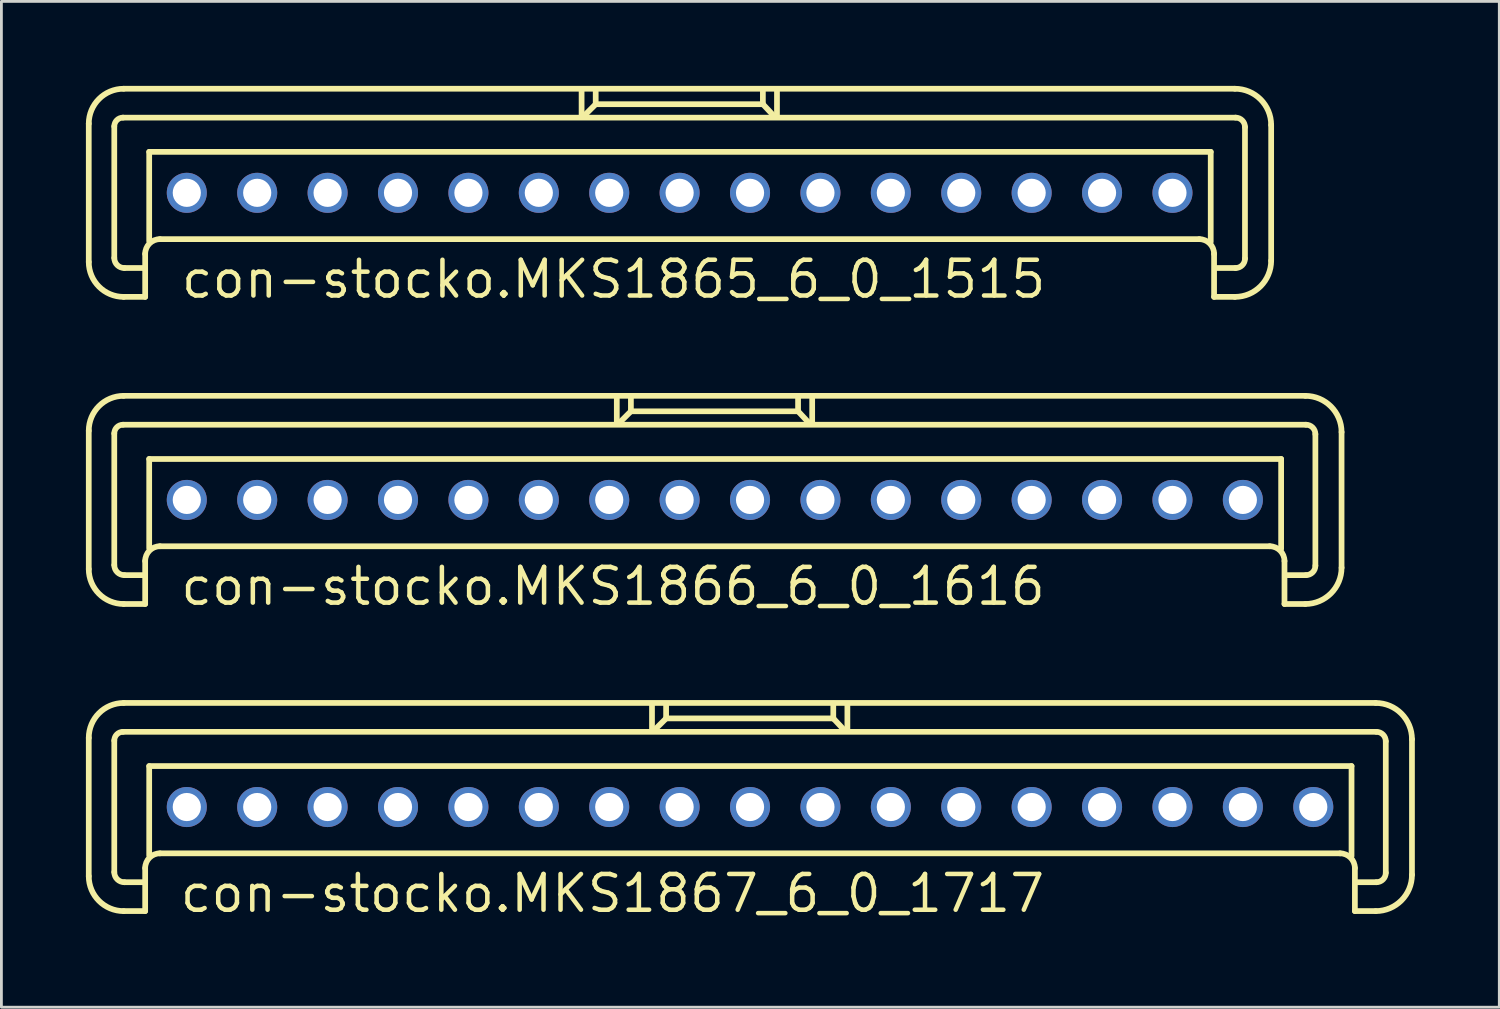
<source format=kicad_pcb>
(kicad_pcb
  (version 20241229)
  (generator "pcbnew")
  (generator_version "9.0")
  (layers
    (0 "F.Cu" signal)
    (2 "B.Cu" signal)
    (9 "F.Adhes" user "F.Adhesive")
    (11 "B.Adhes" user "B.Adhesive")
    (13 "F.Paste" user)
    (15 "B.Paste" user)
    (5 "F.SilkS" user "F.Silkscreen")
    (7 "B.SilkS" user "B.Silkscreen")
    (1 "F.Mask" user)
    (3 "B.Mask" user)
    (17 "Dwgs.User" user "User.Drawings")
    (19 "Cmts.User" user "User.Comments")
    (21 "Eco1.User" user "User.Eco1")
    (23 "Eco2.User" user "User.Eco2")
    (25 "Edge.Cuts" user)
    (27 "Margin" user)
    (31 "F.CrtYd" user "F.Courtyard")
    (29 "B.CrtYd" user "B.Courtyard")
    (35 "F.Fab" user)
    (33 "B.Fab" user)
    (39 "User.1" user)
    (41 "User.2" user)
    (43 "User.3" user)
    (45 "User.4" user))
  (footprint "con-stocko.MKS1865_6_0_1515"
    (layer "F.Cu")
    (at 21.083 3.797)
    (property "Reference" "con-stocko.MKS1865_6_0_1515" (at -17.78 3.81 0) (layer "F.SilkS") (effects (font (size 1.27 1.27) (thickness 0.16)) (justify left bottom)))
    (attr through_hole)
    (fp_line (start -20.981 2.456) (end -20.981 -2.456) (stroke (width 0.203) (type default)) (layer "F.SilkS"))
    (fp_line (start -20.075 2.313) (end -20.075 -2.361) (stroke (width 0.203) (type default)) (layer "F.SilkS"))
    (fp_line (start -19.765 -2.67) (end 19.741 -2.67) (stroke (width 0.203) (type default)) (layer "F.SilkS"))
    (fp_line (start -19.741 -3.696) (end 19.717 -3.696) (stroke (width 0.203) (type default)) (layer "F.SilkS"))
    (fp_line (start -19.002 2.67) (end -19.717 2.67) (stroke (width 0.203) (type default)) (layer "F.SilkS"))
    (fp_line (start -18.978 2.17) (end -18.978 3.695) (stroke (width 0.203) (type default)) (layer "F.SilkS"))
    (fp_line (start -18.978 3.695) (end -19.741 3.695) (stroke (width 0.203) (type default)) (layer "F.SilkS"))
    (fp_line (start -18.835 -1.454) (end 18.859 -1.454) (stroke (width 0.203) (type default)) (layer "F.SilkS"))
    (fp_line (start -18.835 1.716) (end -18.835 -1.454) (stroke (width 0.203) (type default)) (layer "F.SilkS"))
    (fp_line (start -3.481 -3.648) (end -3.481 -2.742) (stroke (width 0.203) (type default)) (layer "F.SilkS"))
    (fp_line (start -3.004 -3.123) (end -3.386 -2.742) (stroke (width 0.203) (type default)) (layer "F.SilkS"))
    (fp_line (start -2.98 -3.147) (end -2.98 -3.624) (stroke (width 0.203) (type default)) (layer "F.SilkS"))
    (fp_line (start 2.956 -3.672) (end 2.956 -3.147) (stroke (width 0.203) (type default)) (layer "F.SilkS"))
    (fp_line (start 2.956 -3.147) (end -2.98 -3.147) (stroke (width 0.203) (type default)) (layer "F.SilkS"))
    (fp_line (start 2.98 -3.123) (end 3.314 -2.766) (stroke (width 0.203) (type default)) (layer "F.SilkS"))
    (fp_line (start 3.457 -3.624) (end 3.457 -2.742) (stroke (width 0.203) (type default)) (layer "F.SilkS"))
    (fp_line (start 18.454 1.645) (end -18.454 1.645) (stroke (width 0.203) (type default)) (layer "F.SilkS"))
    (fp_line (start 18.859 -1.454) (end 18.859 1.74) (stroke (width 0.203) (type default)) (layer "F.SilkS"))
    (fp_line (start 18.978 3.695) (end 18.978 2.17) (stroke (width 0.203) (type default)) (layer "F.SilkS"))
    (fp_line (start 19.717 3.695) (end 18.978 3.695) (stroke (width 0.203) (type default)) (layer "F.SilkS"))
    (fp_line (start 19.741 2.67) (end 19.073 2.67) (stroke (width 0.203) (type default)) (layer "F.SilkS"))
    (fp_line (start 20.075 -2.337) (end 20.075 2.336) (stroke (width 0.203) (type default)) (layer "F.SilkS"))
    (fp_line (start 21.005 -2.408) (end 21.005 2.408) (stroke (width 0.203) (type default)) (layer "F.SilkS"))
    (fp_arc (start -20.981 -2.4558) (mid -20.617871 -3.332471) (end -19.7412 -3.6956) (stroke (width 0.2032) (type default)) (layer "F.SilkS"))
    (fp_arc (start -20.075 -2.3605) (mid -19.984232 -2.579632) (end -19.7651 -2.6704) (stroke (width 0.2032) (type default)) (layer "F.SilkS"))
    (fp_arc (start -19.7412 3.6954) (mid -20.617871 3.332271) (end -20.981 2.4556) (stroke (width 0.2032) (type default)) (layer "F.SilkS"))
    (fp_arc (start -19.7174 2.6702) (mid -19.970261 2.565461) (end -20.075 2.3126) (stroke (width 0.2032) (type default)) (layer "F.SilkS"))
    (fp_arc (start -18.9783 2.1695) (mid -18.824678 1.798622) (end -18.4538 1.645) (stroke (width 0.2032) (type default)) (layer "F.SilkS"))
    (fp_arc (start 18.4536 1.645) (mid 18.824478 1.798622) (end 18.9781 2.1695) (stroke (width 0.2032) (type default)) (layer "F.SilkS"))
    (fp_arc (start 19.7172 -3.6956) (mid 20.6276 -3.3185) (end 21.0047 -2.4081) (stroke (width 0.2032) (type default)) (layer "F.SilkS"))
    (fp_arc (start 19.7411 -2.6704) (mid 19.977132 -2.572632) (end 20.0749 -2.3366) (stroke (width 0.2032) (type default)) (layer "F.SilkS"))
    (fp_arc (start 20.0749 2.3364) (mid 19.977132 2.572432) (end 19.7411 2.6702) (stroke (width 0.2032) (type default)) (layer "F.SilkS"))
    (fp_arc (start 21.0047 2.4079) (mid 20.6276 3.3183) (end 19.7172 3.6954) (stroke (width 0.2032) (type default)) (layer "F.SilkS"))
    (pad "1" thru_hole circle (at -17.5 0) (size 1.422 1.422) (drill 1) (layers "*.Cu" "*.Mask"))
    (pad "2" thru_hole circle (at -15 0) (size 1.422 1.422) (drill 1) (layers "*.Cu" "*.Mask"))
    (pad "3" thru_hole circle (at -12.5 0) (size 1.422 1.422) (drill 1) (layers "*.Cu" "*.Mask"))
    (pad "4" thru_hole circle (at -10 0) (size 1.422 1.422) (drill 1) (layers "*.Cu" "*.Mask"))
    (pad "5" thru_hole circle (at -7.5 0) (size 1.422 1.422) (drill 1) (layers "*.Cu" "*.Mask"))
    (pad "6" thru_hole circle (at -5 0) (size 1.422 1.422) (drill 1) (layers "*.Cu" "*.Mask"))
    (pad "7" thru_hole circle (at -2.5 0) (size 1.422 1.422) (drill 1) (layers "*.Cu" "*.Mask"))
    (pad "8" thru_hole circle (at 0 0) (size 1.422 1.422) (drill 1) (layers "*.Cu" "*.Mask"))
    (pad "9" thru_hole circle (at 2.5 0) (size 1.422 1.422) (drill 1) (layers "*.Cu" "*.Mask"))
    (pad "10" thru_hole circle (at 5 0) (size 1.422 1.422) (drill 1) (layers "*.Cu" "*.Mask"))
    (pad "11" thru_hole circle (at 7.5 0) (size 1.422 1.422) (drill 1) (layers "*.Cu" "*.Mask"))
    (pad "12" thru_hole circle (at 10 0) (size 1.422 1.422) (drill 1) (layers "*.Cu" "*.Mask"))
    (pad "13" thru_hole circle (at 12.5 0) (size 1.422 1.422) (drill 1) (layers "*.Cu" "*.Mask"))
    (pad "14" thru_hole circle (at 15 0) (size 1.422 1.422) (drill 1) (layers "*.Cu" "*.Mask"))
    (pad "15" thru_hole circle (at 17.5 0) (size 1.422 1.422) (drill 1) (layers "*.Cu" "*.Mask")))
  (footprint "con-stocko.MKS1867_6_0_1717"
    (layer "F.Cu")
    (at 23.583 25.607)
    (property "Reference" "con-stocko.MKS1867_6_0_1717" (at -20.32 3.81 0) (layer "F.SilkS") (effects (font (size 1.27 1.27) (thickness 0.16)) (justify left bottom)))
    (attr through_hole)
    (fp_line (start -23.481 2.456) (end -23.481 -2.456) (stroke (width 0.203) (type default)) (layer "F.SilkS"))
    (fp_line (start -22.575 2.313) (end -22.575 -2.361) (stroke (width 0.203) (type default)) (layer "F.SilkS"))
    (fp_line (start -22.265 -2.67) (end 22.241 -2.67) (stroke (width 0.203) (type default)) (layer "F.SilkS"))
    (fp_line (start -22.241 -3.696) (end 22.217 -3.696) (stroke (width 0.203) (type default)) (layer "F.SilkS"))
    (fp_line (start -21.502 2.67) (end -22.217 2.67) (stroke (width 0.203) (type default)) (layer "F.SilkS"))
    (fp_line (start -21.478 2.17) (end -21.478 3.695) (stroke (width 0.203) (type default)) (layer "F.SilkS"))
    (fp_line (start -21.478 3.695) (end -22.241 3.695) (stroke (width 0.203) (type default)) (layer "F.SilkS"))
    (fp_line (start -21.335 -1.454) (end 21.359 -1.454) (stroke (width 0.203) (type default)) (layer "F.SilkS"))
    (fp_line (start -21.335 1.716) (end -21.335 -1.454) (stroke (width 0.203) (type default)) (layer "F.SilkS"))
    (fp_line (start -3.481 -3.648) (end -3.481 -2.742) (stroke (width 0.203) (type default)) (layer "F.SilkS"))
    (fp_line (start -3.004 -3.123) (end -3.386 -2.742) (stroke (width 0.203) (type default)) (layer "F.SilkS"))
    (fp_line (start -2.98 -3.147) (end -2.98 -3.624) (stroke (width 0.203) (type default)) (layer "F.SilkS"))
    (fp_line (start 2.956 -3.672) (end 2.956 -3.147) (stroke (width 0.203) (type default)) (layer "F.SilkS"))
    (fp_line (start 2.956 -3.147) (end -2.98 -3.147) (stroke (width 0.203) (type default)) (layer "F.SilkS"))
    (fp_line (start 2.98 -3.123) (end 3.314 -2.766) (stroke (width 0.203) (type default)) (layer "F.SilkS"))
    (fp_line (start 3.457 -3.624) (end 3.457 -2.742) (stroke (width 0.203) (type default)) (layer "F.SilkS"))
    (fp_line (start 20.954 1.645) (end -20.954 1.645) (stroke (width 0.203) (type default)) (layer "F.SilkS"))
    (fp_line (start 21.359 -1.454) (end 21.359 1.74) (stroke (width 0.203) (type default)) (layer "F.SilkS"))
    (fp_line (start 21.478 3.695) (end 21.478 2.17) (stroke (width 0.203) (type default)) (layer "F.SilkS"))
    (fp_line (start 22.217 3.695) (end 21.478 3.695) (stroke (width 0.203) (type default)) (layer "F.SilkS"))
    (fp_line (start 22.241 2.67) (end 21.573 2.67) (stroke (width 0.203) (type default)) (layer "F.SilkS"))
    (fp_line (start 22.575 -2.337) (end 22.575 2.336) (stroke (width 0.203) (type default)) (layer "F.SilkS"))
    (fp_line (start 23.505 -2.408) (end 23.505 2.408) (stroke (width 0.203) (type default)) (layer "F.SilkS"))
    (fp_arc (start -23.481 -2.4558) (mid -23.117871 -3.332471) (end -22.2412 -3.6956) (stroke (width 0.2032) (type default)) (layer "F.SilkS"))
    (fp_arc (start -22.575 -2.3605) (mid -22.484232 -2.579632) (end -22.2651 -2.6704) (stroke (width 0.2032) (type default)) (layer "F.SilkS"))
    (fp_arc (start -22.2412 3.6954) (mid -23.117871 3.332271) (end -23.481 2.4556) (stroke (width 0.2032) (type default)) (layer "F.SilkS"))
    (fp_arc (start -22.2174 2.6702) (mid -22.470261 2.565461) (end -22.575 2.3126) (stroke (width 0.2032) (type default)) (layer "F.SilkS"))
    (fp_arc (start -21.4783 2.1695) (mid -21.324678 1.798622) (end -20.9538 1.645) (stroke (width 0.2032) (type default)) (layer "F.SilkS"))
    (fp_arc (start 20.9536 1.645) (mid 21.324478 1.798622) (end 21.4781 2.1695) (stroke (width 0.2032) (type default)) (layer "F.SilkS"))
    (fp_arc (start 22.2172 -3.6956) (mid 23.1276 -3.3185) (end 23.5047 -2.4081) (stroke (width 0.2032) (type default)) (layer "F.SilkS"))
    (fp_arc (start 22.2411 -2.6704) (mid 22.477132 -2.572632) (end 22.5749 -2.3366) (stroke (width 0.2032) (type default)) (layer "F.SilkS"))
    (fp_arc (start 22.5749 2.3364) (mid 22.477132 2.572432) (end 22.2411 2.6702) (stroke (width 0.2032) (type default)) (layer "F.SilkS"))
    (fp_arc (start 23.5047 2.4079) (mid 23.1276 3.3183) (end 22.2172 3.6954) (stroke (width 0.2032) (type default)) (layer "F.SilkS"))
    (pad "1" thru_hole circle (at -20 0) (size 1.422 1.422) (drill 1) (layers "*.Cu" "*.Mask"))
    (pad "2" thru_hole circle (at -17.5 0) (size 1.422 1.422) (drill 1) (layers "*.Cu" "*.Mask"))
    (pad "3" thru_hole circle (at -15 0) (size 1.422 1.422) (drill 1) (layers "*.Cu" "*.Mask"))
    (pad "4" thru_hole circle (at -12.5 0) (size 1.422 1.422) (drill 1) (layers "*.Cu" "*.Mask"))
    (pad "5" thru_hole circle (at -10 0) (size 1.422 1.422) (drill 1) (layers "*.Cu" "*.Mask"))
    (pad "6" thru_hole circle (at -7.5 0) (size 1.422 1.422) (drill 1) (layers "*.Cu" "*.Mask"))
    (pad "7" thru_hole circle (at -5 0) (size 1.422 1.422) (drill 1) (layers "*.Cu" "*.Mask"))
    (pad "8" thru_hole circle (at -2.5 0) (size 1.422 1.422) (drill 1) (layers "*.Cu" "*.Mask"))
    (pad "9" thru_hole circle (at 0 0) (size 1.422 1.422) (drill 1) (layers "*.Cu" "*.Mask"))
    (pad "10" thru_hole circle (at 2.5 0) (size 1.422 1.422) (drill 1) (layers "*.Cu" "*.Mask"))
    (pad "11" thru_hole circle (at 5 0) (size 1.422 1.422) (drill 1) (layers "*.Cu" "*.Mask"))
    (pad "12" thru_hole circle (at 7.5 0) (size 1.422 1.422) (drill 1) (layers "*.Cu" "*.Mask"))
    (pad "13" thru_hole circle (at 10 0) (size 1.422 1.422) (drill 1) (layers "*.Cu" "*.Mask"))
    (pad "14" thru_hole circle (at 12.5 0) (size 1.422 1.422) (drill 1) (layers "*.Cu" "*.Mask"))
    (pad "15" thru_hole circle (at 15 0) (size 1.422 1.422) (drill 1) (layers "*.Cu" "*.Mask"))
    (pad "16" thru_hole circle (at 17.5 0) (size 1.422 1.422) (drill 1) (layers "*.Cu" "*.Mask"))
    (pad "17" thru_hole circle (at 20 0) (size 1.422 1.422) (drill 1) (layers "*.Cu" "*.Mask")))
  (footprint "con-stocko.MKS1866_6_0_1616"
    (layer "F.Cu")
    (at 22.333 14.702)
    (property "Reference" "con-stocko.MKS1866_6_0_1616" (at -19.05 3.81 0) (layer "F.SilkS") (effects (font (size 1.27 1.27) (thickness 0.16)) (justify left bottom)))
    (attr through_hole)
    (fp_line (start -22.231 2.456) (end -22.231 -2.456) (stroke (width 0.203) (type default)) (layer "F.SilkS"))
    (fp_line (start -21.325 2.313) (end -21.325 -2.361) (stroke (width 0.203) (type default)) (layer "F.SilkS"))
    (fp_line (start -21.015 -2.67) (end 20.991 -2.67) (stroke (width 0.203) (type default)) (layer "F.SilkS"))
    (fp_line (start -20.991 -3.696) (end 20.967 -3.696) (stroke (width 0.203) (type default)) (layer "F.SilkS"))
    (fp_line (start -20.252 2.67) (end -20.967 2.67) (stroke (width 0.203) (type default)) (layer "F.SilkS"))
    (fp_line (start -20.228 2.17) (end -20.228 3.695) (stroke (width 0.203) (type default)) (layer "F.SilkS"))
    (fp_line (start -20.228 3.695) (end -20.991 3.695) (stroke (width 0.203) (type default)) (layer "F.SilkS"))
    (fp_line (start -20.085 -1.454) (end 20.109 -1.454) (stroke (width 0.203) (type default)) (layer "F.SilkS"))
    (fp_line (start -20.085 1.716) (end -20.085 -1.454) (stroke (width 0.203) (type default)) (layer "F.SilkS"))
    (fp_line (start -3.481 -3.648) (end -3.481 -2.742) (stroke (width 0.203) (type default)) (layer "F.SilkS"))
    (fp_line (start -3.004 -3.123) (end -3.386 -2.742) (stroke (width 0.203) (type default)) (layer "F.SilkS"))
    (fp_line (start -2.98 -3.147) (end -2.98 -3.624) (stroke (width 0.203) (type default)) (layer "F.SilkS"))
    (fp_line (start 2.956 -3.672) (end 2.956 -3.147) (stroke (width 0.203) (type default)) (layer "F.SilkS"))
    (fp_line (start 2.956 -3.147) (end -2.98 -3.147) (stroke (width 0.203) (type default)) (layer "F.SilkS"))
    (fp_line (start 2.98 -3.123) (end 3.314 -2.766) (stroke (width 0.203) (type default)) (layer "F.SilkS"))
    (fp_line (start 3.457 -3.624) (end 3.457 -2.742) (stroke (width 0.203) (type default)) (layer "F.SilkS"))
    (fp_line (start 19.704 1.645) (end -19.704 1.645) (stroke (width 0.203) (type default)) (layer "F.SilkS"))
    (fp_line (start 20.109 -1.454) (end 20.109 1.74) (stroke (width 0.203) (type default)) (layer "F.SilkS"))
    (fp_line (start 20.228 3.695) (end 20.228 2.17) (stroke (width 0.203) (type default)) (layer "F.SilkS"))
    (fp_line (start 20.967 3.695) (end 20.228 3.695) (stroke (width 0.203) (type default)) (layer "F.SilkS"))
    (fp_line (start 20.991 2.67) (end 20.323 2.67) (stroke (width 0.203) (type default)) (layer "F.SilkS"))
    (fp_line (start 21.325 -2.337) (end 21.325 2.336) (stroke (width 0.203) (type default)) (layer "F.SilkS"))
    (fp_line (start 22.255 -2.408) (end 22.255 2.408) (stroke (width 0.203) (type default)) (layer "F.SilkS"))
    (fp_arc (start -22.231 -2.4558) (mid -21.867871 -3.332471) (end -20.9912 -3.6956) (stroke (width 0.2032) (type default)) (layer "F.SilkS"))
    (fp_arc (start -21.325 -2.3605) (mid -21.234232 -2.579632) (end -21.0151 -2.6704) (stroke (width 0.2032) (type default)) (layer "F.SilkS"))
    (fp_arc (start -20.9912 3.6954) (mid -21.867871 3.332271) (end -22.231 2.4556) (stroke (width 0.2032) (type default)) (layer "F.SilkS"))
    (fp_arc (start -20.9674 2.6702) (mid -21.220261 2.565461) (end -21.325 2.3126) (stroke (width 0.2032) (type default)) (layer "F.SilkS"))
    (fp_arc (start -20.2283 2.1695) (mid -20.074678 1.798622) (end -19.7038 1.645) (stroke (width 0.2032) (type default)) (layer "F.SilkS"))
    (fp_arc (start 19.7036 1.645) (mid 20.074478 1.798622) (end 20.2281 2.1695) (stroke (width 0.2032) (type default)) (layer "F.SilkS"))
    (fp_arc (start 20.9672 -3.6956) (mid 21.8776 -3.3185) (end 22.2547 -2.4081) (stroke (width 0.2032) (type default)) (layer "F.SilkS"))
    (fp_arc (start 20.9911 -2.6704) (mid 21.227132 -2.572632) (end 21.3249 -2.3366) (stroke (width 0.2032) (type default)) (layer "F.SilkS"))
    (fp_arc (start 21.3249 2.3364) (mid 21.227132 2.572432) (end 20.9911 2.6702) (stroke (width 0.2032) (type default)) (layer "F.SilkS"))
    (fp_arc (start 22.2547 2.4079) (mid 21.8776 3.3183) (end 20.9672 3.6954) (stroke (width 0.2032) (type default)) (layer "F.SilkS"))
    (pad "1" thru_hole circle (at -18.75 0) (size 1.422 1.422) (drill 1) (layers "*.Cu" "*.Mask"))
    (pad "2" thru_hole circle (at -16.25 0) (size 1.422 1.422) (drill 1) (layers "*.Cu" "*.Mask"))
    (pad "3" thru_hole circle (at -13.75 0) (size 1.422 1.422) (drill 1) (layers "*.Cu" "*.Mask"))
    (pad "4" thru_hole circle (at -11.25 0) (size 1.422 1.422) (drill 1) (layers "*.Cu" "*.Mask"))
    (pad "5" thru_hole circle (at -8.75 0) (size 1.422 1.422) (drill 1) (layers "*.Cu" "*.Mask"))
    (pad "6" thru_hole circle (at -6.25 0) (size 1.422 1.422) (drill 1) (layers "*.Cu" "*.Mask"))
    (pad "7" thru_hole circle (at -3.75 0) (size 1.422 1.422) (drill 1) (layers "*.Cu" "*.Mask"))
    (pad "8" thru_hole circle (at -1.25 0) (size 1.422 1.422) (drill 1) (layers "*.Cu" "*.Mask"))
    (pad "9" thru_hole circle (at 1.25 0) (size 1.422 1.422) (drill 1) (layers "*.Cu" "*.Mask"))
    (pad "10" thru_hole circle (at 3.75 0) (size 1.422 1.422) (drill 1) (layers "*.Cu" "*.Mask"))
    (pad "11" thru_hole circle (at 6.25 0) (size 1.422 1.422) (drill 1) (layers "*.Cu" "*.Mask"))
    (pad "12" thru_hole circle (at 8.75 0) (size 1.422 1.422) (drill 1) (layers "*.Cu" "*.Mask"))
    (pad "13" thru_hole circle (at 11.25 0) (size 1.422 1.422) (drill 1) (layers "*.Cu" "*.Mask"))
    (pad "14" thru_hole circle (at 13.75 0) (size 1.422 1.422) (drill 1) (layers "*.Cu" "*.Mask"))
    (pad "15" thru_hole circle (at 16.25 0) (size 1.422 1.422) (drill 1) (layers "*.Cu" "*.Mask"))
    (pad "16" thru_hole circle (at 18.75 0) (size 1.422 1.422) (drill 1) (layers "*.Cu" "*.Mask")))
  (gr_rect
    (start -3 -3)
    (end 50.189 32.714)
    (stroke (width 0.1) (type default))
    (fill no)
    (layer "Edge.Cuts")))
</source>
